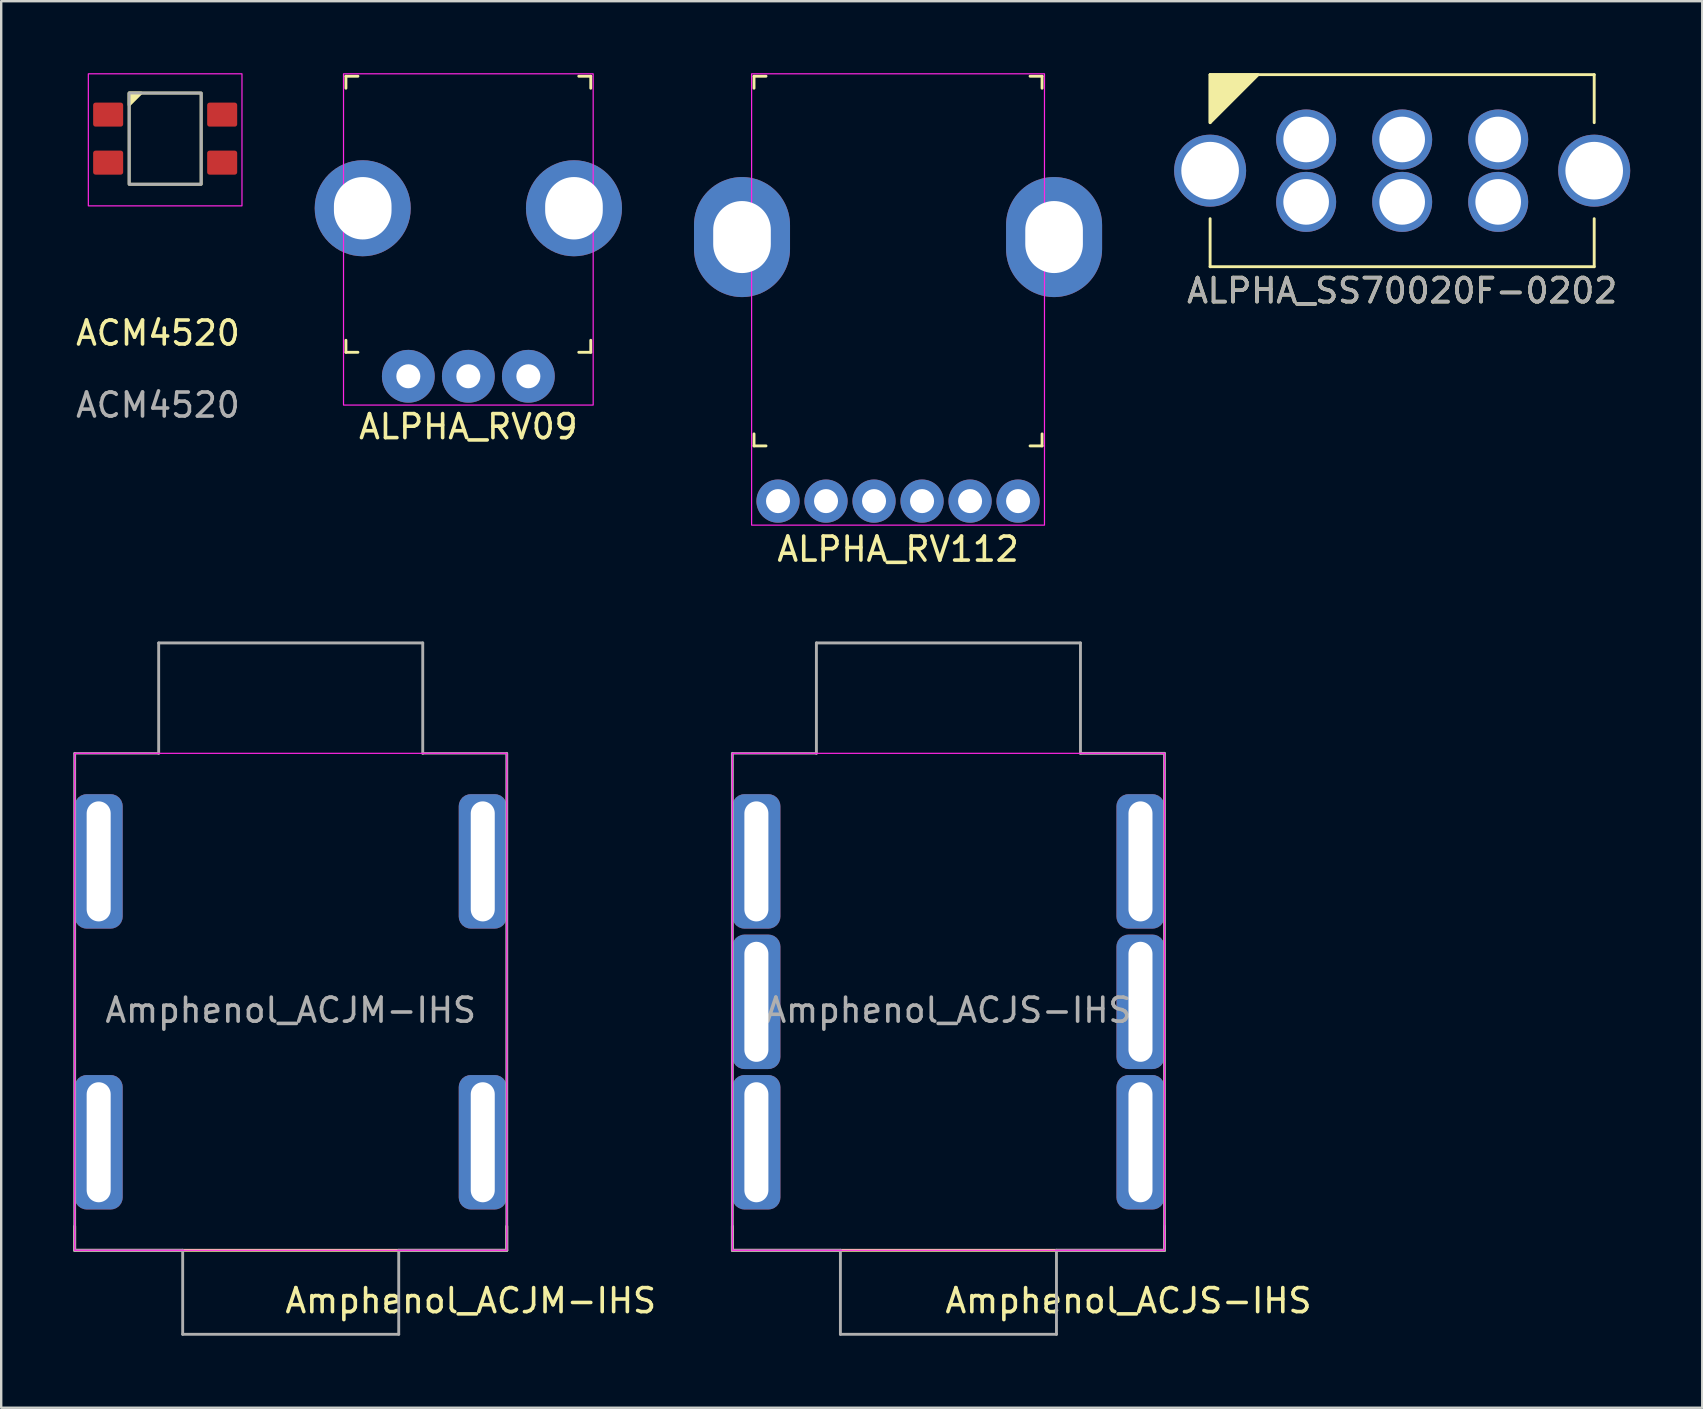
<source format=kicad_pcb>
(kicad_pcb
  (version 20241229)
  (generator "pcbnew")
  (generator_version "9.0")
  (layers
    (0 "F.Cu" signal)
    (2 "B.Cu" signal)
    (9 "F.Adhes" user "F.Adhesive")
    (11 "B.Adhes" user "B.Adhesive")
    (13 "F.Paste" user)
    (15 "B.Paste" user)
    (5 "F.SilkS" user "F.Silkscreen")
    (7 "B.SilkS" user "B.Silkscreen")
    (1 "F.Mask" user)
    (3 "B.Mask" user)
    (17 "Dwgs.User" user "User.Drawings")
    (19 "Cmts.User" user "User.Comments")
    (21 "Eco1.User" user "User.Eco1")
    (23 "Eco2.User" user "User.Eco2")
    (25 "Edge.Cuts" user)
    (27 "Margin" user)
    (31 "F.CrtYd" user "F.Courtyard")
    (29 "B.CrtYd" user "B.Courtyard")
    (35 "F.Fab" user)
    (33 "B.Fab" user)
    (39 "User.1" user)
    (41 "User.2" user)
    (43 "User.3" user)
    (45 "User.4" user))
  (footprint "Amphenol_ACJS-IHS"
    (layer "F.Cu")
    (at 36.459 39.033)
    (property "Reference" "Amphenol_ACJS-IHS" (at 7.5 12.1 0) (unlocked yes) (layer "F.SilkS") (effects (font (size 1 1) (thickness 0.15))))
    (attr through_hole)
    (fp_line (start -9 10) (end -9 9) (stroke (width 0.12) (type solid)) (layer "F.SilkS"))
    (fp_line (start -9 10) (end 9 10) (stroke (width 0.12) (type solid)) (layer "F.SilkS"))
    (fp_line (start 9 9) (end 9 10) (stroke (width 0.12) (type solid)) (layer "F.SilkS"))
    (fp_rect (start -9 -10.7) (end 9 10) (stroke (width 0.05) (type solid)) (fill no) (layer "F.CrtYd"))
    (fp_line (start -9 -10.7) (end -5.5 -10.7) (stroke (width 0.1) (type solid)) (layer "F.Fab"))
    (fp_line (start -9 10) (end -9 -10.7) (stroke (width 0.12) (type solid)) (layer "F.Fab"))
    (fp_line (start -5.5 -15.3) (end -5.5 -10.7) (stroke (width 0.12) (type solid)) (layer "F.Fab"))
    (fp_line (start -4.5 10) (end -9 10) (stroke (width 0.12) (type solid)) (layer "F.Fab"))
    (fp_line (start -4.5 13.5) (end -4.5 10) (stroke (width 0.12) (type solid)) (layer "F.Fab"))
    (fp_line (start 4.5 10) (end 4.5 13.5) (stroke (width 0.12) (type solid)) (layer "F.Fab"))
    (fp_line (start 4.5 10) (end 9 10) (stroke (width 0.12) (type solid)) (layer "F.Fab"))
    (fp_line (start 4.5 13.5) (end -4.5 13.5) (stroke (width 0.12) (type solid)) (layer "F.Fab"))
    (fp_line (start 5.5 -15.3) (end -5.5 -15.3) (stroke (width 0.12) (type solid)) (layer "F.Fab"))
    (fp_line (start 5.5 -10.7) (end 5.5 -15.3) (stroke (width 0.12) (type solid)) (layer "F.Fab"))
    (fp_line (start 5.5 -10.7) (end 9 -10.7) (stroke (width 0.12) (type solid)) (layer "F.Fab"))
    (fp_line (start 9 -10.7) (end 9 10) (stroke (width 0.12) (type solid)) (layer "F.Fab"))
    (fp_text user "${REFERENCE}" (at 0 0 0) (unlocked yes) (layer "F.Fab") (effects (font (size 1 1) (thickness 0.15))))
    (pad "R" thru_hole roundrect (at 8 -0.35) (size 2 5.6) (drill oval 1 5) (layers "*.Cu" "*.Mask") (roundrect_rratio 0.25))
    (pad "RN" thru_hole roundrect (at -8 -0.35) (size 2 5.6) (drill oval 1 5) (layers "*.Cu" "*.Mask") (roundrect_rratio 0.25))
    (pad "S" thru_hole roundrect (at 8 -6.2) (size 2 5.6) (drill oval 1 5) (layers "*.Cu" "*.Mask") (roundrect_rratio 0.25))
    (pad "SN" thru_hole roundrect (at -8 -6.2) (size 2 5.6) (drill oval 1 5) (layers "*.Cu" "*.Mask") (roundrect_rratio 0.25))
    (pad "T" thru_hole roundrect (at 8 5.5) (size 2 5.6) (drill oval 1 5) (layers "*.Cu" "*.Mask") (roundrect_rratio 0.25))
    (pad "TN" thru_hole roundrect (at -8 5.5) (size 2 5.6) (drill oval 1 5) (layers "*.Cu" "*.Mask") (roundrect_rratio 0.25)))
  (footprint "ALPHA_RV112"
    (layer "F.Cu")
    (at 34.36 17.825)
    (property "Reference" "ALPHA_RV112" (at 0 2 0) (unlocked yes) (layer "F.SilkS") (effects (font (size 1 1) (thickness 0.15))))
    (attr through_hole)
    (fp_line (start -6 -17.7) (end -6 -17.2) (stroke (width 0.12) (type solid)) (layer "F.SilkS"))
    (fp_line (start -6 -17.7) (end -5.5 -17.7) (stroke (width 0.12) (type solid)) (layer "F.SilkS"))
    (fp_line (start -6 -2.3) (end -6 -2.8) (stroke (width 0.12) (type solid)) (layer "F.SilkS"))
    (fp_line (start -6 -2.3) (end -5.5 -2.3) (stroke (width 0.12) (type solid)) (layer "F.SilkS"))
    (fp_line (start 6 -17.7) (end 5.5 -17.7) (stroke (width 0.12) (type solid)) (layer "F.SilkS"))
    (fp_line (start 6 -17.7) (end 6 -17.2) (stroke (width 0.12) (type solid)) (layer "F.SilkS"))
    (fp_line (start 6 -2.3) (end 5.5 -2.3) (stroke (width 0.12) (type solid)) (layer "F.SilkS"))
    (fp_line (start 6 -2.3) (end 6 -2.8) (stroke (width 0.12) (type solid)) (layer "F.SilkS"))
    (fp_rect (start -6.1 -17.8) (end 6.1 1) (stroke (width 0.05) (type solid)) (fill no) (layer "F.CrtYd"))
    (pad "" np_thru_hole oval (at -6.5 -11) (size 4 5) (drill oval 2.4 3) (layers "*.Cu" "*.Mask"))
    (pad "" np_thru_hole oval (at 6.5 -11) (size 4 5) (drill oval 2.4 3) (layers "*.Cu" "*.Mask"))
    (pad "1" thru_hole circle (at -1 0) (size 1.8 1.8) (drill 1) (layers "*.Cu" "*.Mask"))
    (pad "2" thru_hole circle (at 1 0) (size 1.8 1.8) (drill 1) (layers "*.Cu" "*.Mask"))
    (pad "3" thru_hole circle (at 3 0) (size 1.8 1.8) (drill 1) (layers "*.Cu" "*.Mask"))
    (pad "4" thru_hole circle (at -3 0) (size 1.8 1.8) (drill 1) (layers "*.Cu" "*.Mask"))
    (pad "5" thru_hole circle (at -5 0) (size 1.8 1.8) (drill 1) (layers "*.Cu" "*.Mask"))
    (pad "6" thru_hole circle (at 5 0) (size 1.8 1.8) (drill 1) (layers "*.Cu" "*.Mask")))
  (footprint "ALPHA_SS70020F-0202"
    (layer "F.Cu")
    (at 55.36 4.06)
    (property "Reference" "ALPHA_SS70020F-0202" (at 0 5 0) (unlocked yes) (layer "F.SilkS") (effects (font (size 1 1) (thickness 0.15))))
    (attr through_hole)
    (fp_line (start -8 -4) (end -8 -2) (stroke (width 0.12) (type solid)) (layer "F.SilkS"))
    (fp_line (start -8 -4) (end 8 -4) (stroke (width 0.12) (type solid)) (layer "F.SilkS"))
    (fp_line (start -8 4) (end -8 2) (stroke (width 0.12) (type solid)) (layer "F.SilkS"))
    (fp_line (start 8 -4) (end 8 -2) (stroke (width 0.12) (type solid)) (layer "F.SilkS"))
    (fp_line (start 8 2) (end 8 4) (stroke (width 0.12) (type solid)) (layer "F.SilkS"))
    (fp_line (start 8 4) (end -8 4) (stroke (width 0.12) (type solid)) (layer "F.SilkS"))
    (fp_poly (pts (xy -8 -2) (xy -8 -4) (xy -6 -4)) (stroke (width 0.12) (type solid)) (fill yes) (layer "F.SilkS"))
    (fp_text user "${REFERENCE}" (at 0 5 0) (unlocked yes) (layer "F.Fab") (effects (font (size 1 1) (thickness 0.15))))
    (pad "" np_thru_hole circle (at -8 0) (size 3 3) (drill 2.4) (layers "*.Cu" "*.Mask"))
    (pad "" np_thru_hole circle (at 8 0) (size 3 3) (drill 2.4) (layers "*.Cu" "*.Mask"))
    (pad "1" thru_hole circle (at -4 -1.3) (size 2.5 2.5) (drill 1.9) (layers "*.Cu" "*.Mask"))
    (pad "2" thru_hole circle (at 0 -1.3) (size 2.5 2.5) (drill 1.9) (layers "*.Cu" "*.Mask"))
    (pad "3" thru_hole circle (at 4 -1.3) (size 2.5 2.5) (drill 1.9) (layers "*.Cu" "*.Mask"))
    (pad "4" thru_hole circle (at 4 1.3) (size 2.5 2.5) (drill 1.9) (layers "*.Cu" "*.Mask"))
    (pad "5" thru_hole circle (at 0 1.3) (size 2.5 2.5) (drill 1.9) (layers "*.Cu" "*.Mask"))
    (pad "6" thru_hole circle (at -4 1.3) (size 2.5 2.5) (drill 1.9) (layers "*.Cu" "*.Mask")))
  (footprint "Amphenol_ACJM-IHS"
    (layer "F.Cu")
    (at 9.06 39.033)
    (property "Reference" "Amphenol_ACJM-IHS" (at 7.5 12.1 0) (unlocked yes) (layer "F.SilkS") (effects (font (size 1 1) (thickness 0.15))))
    (attr through_hole)
    (fp_line (start -9 10) (end -9 9) (stroke (width 0.12) (type solid)) (layer "F.SilkS"))
    (fp_line (start -9 10) (end 9 10) (stroke (width 0.12) (type solid)) (layer "F.SilkS"))
    (fp_line (start 9 9) (end 9 10) (stroke (width 0.12) (type solid)) (layer "F.SilkS"))
    (fp_rect (start -9 -10.7) (end 9 10) (stroke (width 0.05) (type solid)) (fill no) (layer "F.CrtYd"))
    (fp_line (start -9 -10.7) (end -5.5 -10.7) (stroke (width 0.1) (type solid)) (layer "F.Fab"))
    (fp_line (start -9 10) (end -9 -10.7) (stroke (width 0.12) (type solid)) (layer "F.Fab"))
    (fp_line (start -5.5 -15.3) (end -5.5 -10.7) (stroke (width 0.12) (type solid)) (layer "F.Fab"))
    (fp_line (start -4.5 10) (end -9 10) (stroke (width 0.12) (type solid)) (layer "F.Fab"))
    (fp_line (start -4.5 13.5) (end -4.5 10) (stroke (width 0.12) (type solid)) (layer "F.Fab"))
    (fp_line (start 4.5 10) (end 4.5 13.5) (stroke (width 0.12) (type solid)) (layer "F.Fab"))
    (fp_line (start 4.5 10) (end 9 10) (stroke (width 0.12) (type solid)) (layer "F.Fab"))
    (fp_line (start 4.5 13.5) (end -4.5 13.5) (stroke (width 0.12) (type solid)) (layer "F.Fab"))
    (fp_line (start 5.5 -15.3) (end -5.5 -15.3) (stroke (width 0.12) (type solid)) (layer "F.Fab"))
    (fp_line (start 5.5 -10.7) (end 5.5 -15.3) (stroke (width 0.12) (type solid)) (layer "F.Fab"))
    (fp_line (start 5.5 -10.7) (end 9 -10.7) (stroke (width 0.1) (type solid)) (layer "F.Fab"))
    (fp_line (start 9 10) (end 9 -10.7) (stroke (width 0.12) (type solid)) (layer "F.Fab"))
    (fp_text user "${REFERENCE}" (at 0 0 0) (unlocked yes) (layer "F.Fab") (effects (font (size 1 1) (thickness 0.15))))
    (pad "S" thru_hole roundrect (at 8 -6.2) (size 2 5.6) (drill oval 1 5) (layers "*.Cu" "*.Mask") (roundrect_rratio 0.25))
    (pad "SN" thru_hole roundrect (at -8 -6.2) (size 2 5.6) (drill oval 1 5) (layers "*.Cu" "*.Mask") (roundrect_rratio 0.25))
    (pad "T" thru_hole roundrect (at 8 5.5) (size 2 5.6) (drill oval 1 5) (layers "*.Cu" "*.Mask") (roundrect_rratio 0.25))
    (pad "TN" thru_hole roundrect (at -8 5.5) (size 2 5.6) (drill oval 1 5) (layers "*.Cu" "*.Mask") (roundrect_rratio 0.25)))
  (footprint "ALPHA_RV09"
    (layer "F.Cu")
    (at 16.46 12.625)
    (property "Reference" "ALPHA_RV09" (at 0 2.1 0) (unlocked yes) (layer "F.SilkS") (effects (font (size 1 1) (thickness 0.15))))
    (attr through_hole)
    (fp_line (start -5.1 -12.5) (end -4.6 -12.5) (stroke (width 0.12) (type solid)) (layer "F.SilkS"))
    (fp_line (start -5.1 -12) (end -5.1 -12.5) (stroke (width 0.12) (type solid)) (layer "F.SilkS"))
    (fp_line (start -5.1 -1) (end -5.1 -1.5) (stroke (width 0.12) (type solid)) (layer "F.SilkS"))
    (fp_line (start -4.6 -1) (end -5.1 -1) (stroke (width 0.12) (type solid)) (layer "F.SilkS"))
    (fp_line (start 4.6 -12.5) (end 5.1 -12.5) (stroke (width 0.12) (type solid)) (layer "F.SilkS"))
    (fp_line (start 5.1 -12.5) (end 5.1 -12) (stroke (width 0.12) (type solid)) (layer "F.SilkS"))
    (fp_line (start 5.1 -1.5) (end 5.1 -1) (stroke (width 0.12) (type solid)) (layer "F.SilkS"))
    (fp_line (start 5.1 -1) (end 4.6 -1) (stroke (width 0.12) (type solid)) (layer "F.SilkS"))
    (fp_rect (start -5.2 -12.6) (end 5.2 1.2) (stroke (width 0.05) (type solid)) (fill no) (layer "F.CrtYd"))
    (pad "" np_thru_hole circle (at -4.4 -7) (size 4 4) (drill oval 2.4 2.6) (layers "*.Cu" "*.Mask"))
    (pad "" np_thru_hole circle (at 4.4 -7) (size 4 4) (drill oval 2.4 2.6) (layers "*.Cu" "*.Mask"))
    (pad "1" thru_hole circle (at -2.5 0) (size 2.2 2.2) (drill 1) (layers "*.Cu" "*.Mask"))
    (pad "2" thru_hole circle (at 0 0) (size 2.2 2.2) (drill 1) (layers "*.Cu" "*.Mask"))
    (pad "3" thru_hole circle (at 2.5 0) (size 2.2 2.2) (drill 1) (layers "*.Cu" "*.Mask")))
  (footprint "ACM4520"
    (layer "F.Cu")
    (at 3.83 2.725)
    (property "Reference" "ACM4520" (at -0.3 8.1 0) (unlocked yes) (layer "F.SilkS") (effects (font (size 1 1) (thickness 0.15))))
    (attr smd)
    (fp_rect (start -1.5 -1.9) (end 1.5 1.9) (stroke (width 0.12) (type solid)) (fill no) (layer "F.SilkS"))
    (fp_poly (pts (xy -1.5 -1.4) (xy -1.5 -1.9) (xy -1 -1.9)) (stroke (width 0.12) (type solid)) (fill yes) (layer "F.SilkS"))
    (fp_rect (start -3.2 -2.7) (end 3.2 2.8) (stroke (width 0.05) (type solid)) (fill no) (layer "F.CrtYd"))
    (fp_rect (start -1.5 -1.9) (end 1.5 1.9) (stroke (width 0.12) (type solid)) (fill no) (layer "F.Fab"))
    (fp_text user "${REFERENCE}" (at -0.3 11.1 0) (unlocked yes) (layer "F.Fab") (effects (font (size 1 1) (thickness 0.15))))
    (pad "1" smd roundrect (at -2.375 -1) (size 1.25 1) (layers "F.Cu" "F.Mask" "F.Paste") (roundrect_rratio 0.1))
    (pad "2" smd roundrect (at -2.375 1) (size 1.25 1) (layers "F.Cu" "F.Mask" "F.Paste") (roundrect_rratio 0.1))
    (pad "3" smd roundrect (at 2.375 1) (size 1.25 1) (layers "F.Cu" "F.Mask" "F.Paste") (roundrect_rratio 0.1))
    (pad "4" smd roundrect (at 2.375 -1) (size 1.25 1) (layers "F.Cu" "F.Mask" "F.Paste") (roundrect_rratio 0.1)))
  (gr_rect
    (start -3 -3)
    (end 67.86 55.593)
    (stroke (width 0.1) (type default))
    (fill no)
    (layer "Edge.Cuts")))
</source>
